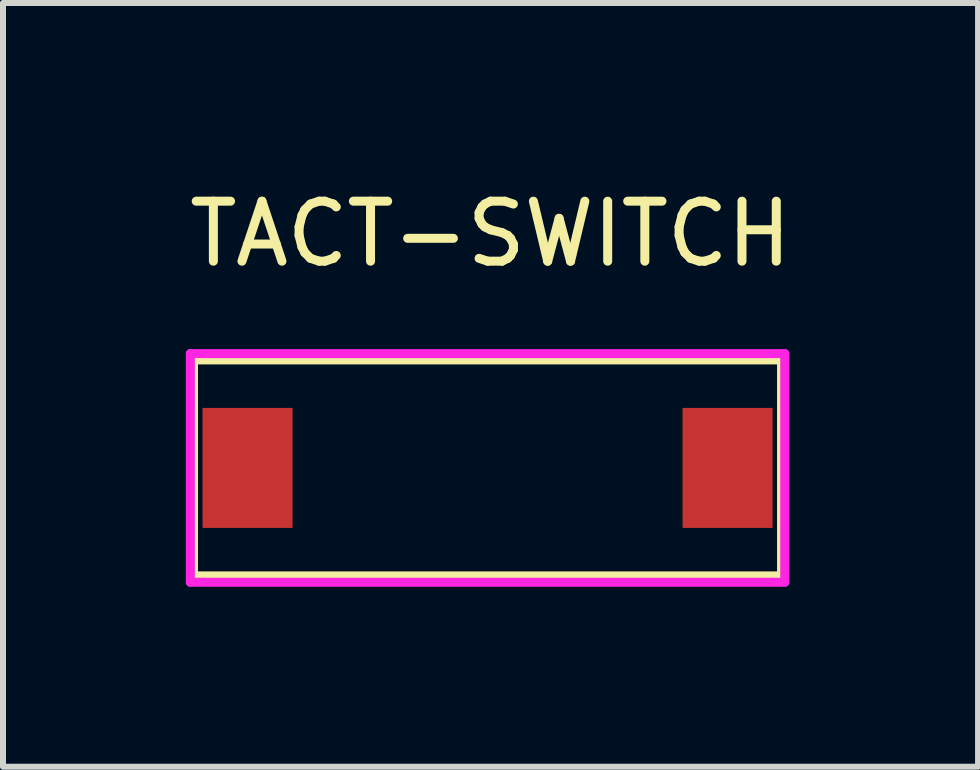
<source format=kicad_pcb>
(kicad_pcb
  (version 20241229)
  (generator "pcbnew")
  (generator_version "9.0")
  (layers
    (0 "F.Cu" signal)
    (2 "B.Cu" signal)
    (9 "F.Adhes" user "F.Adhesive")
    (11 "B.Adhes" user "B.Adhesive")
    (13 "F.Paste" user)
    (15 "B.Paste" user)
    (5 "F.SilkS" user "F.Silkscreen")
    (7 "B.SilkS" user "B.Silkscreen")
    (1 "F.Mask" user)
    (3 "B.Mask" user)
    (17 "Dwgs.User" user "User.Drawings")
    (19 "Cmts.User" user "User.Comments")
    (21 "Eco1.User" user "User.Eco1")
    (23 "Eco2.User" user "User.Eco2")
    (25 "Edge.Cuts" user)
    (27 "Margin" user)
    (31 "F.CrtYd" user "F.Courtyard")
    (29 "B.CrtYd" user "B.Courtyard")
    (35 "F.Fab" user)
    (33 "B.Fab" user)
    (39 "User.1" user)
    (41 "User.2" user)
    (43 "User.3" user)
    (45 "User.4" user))
  (footprint "TACT-SWITCH"
    (layer "F.Cu")
    (at 5.075 4.748)
    (property "Reference" "TACT-SWITCH" (at 0.05 -3.9 180) (layer "F.SilkS") (effects (font (size 1 1) (thickness 0.15))))
    (attr through_hole)
    (fp_line (start -4.9 -1.8) (end 4.9 -1.8) (stroke (width 0.15) (type solid)) (layer "F.SilkS"))
    (fp_line (start -4.9 1.8) (end -4.9 -1.8) (stroke (width 0.15) (type solid)) (layer "F.SilkS"))
    (fp_line (start 4.9 -1.8) (end 4.9 1.8) (stroke (width 0.15) (type solid)) (layer "F.SilkS"))
    (fp_line (start 4.9 1.8) (end -4.9 1.8) (stroke (width 0.15) (type solid)) (layer "F.SilkS"))
    (fp_line (start -4.953 -1.905) (end 4.953 -1.905) (stroke (width 0.15) (type solid)) (layer "F.CrtYd"))
    (fp_line (start -4.953 1.905) (end -4.953 -1.905) (stroke (width 0.15) (type solid)) (layer "F.CrtYd"))
    (fp_line (start 4.953 -1.905) (end 4.953 1.905) (stroke (width 0.15) (type solid)) (layer "F.CrtYd"))
    (fp_line (start 4.953 1.905) (end -4.953 1.905) (stroke (width 0.15) (type solid)) (layer "F.CrtYd"))
    (pad "1" smd rect (at -4 0) (size 1.5 2) (layers "F.Cu" "F.Mask" "F.Paste"))
    (pad "2" smd rect (at 4 0) (size 1.5 2) (layers "F.Cu" "F.Mask" "F.Paste")))
  (gr_rect
    (start -3 -3)
    (end 13.25 9.728)
    (stroke (width 0.1) (type default))
    (fill no)
    (layer "Edge.Cuts")))
</source>
